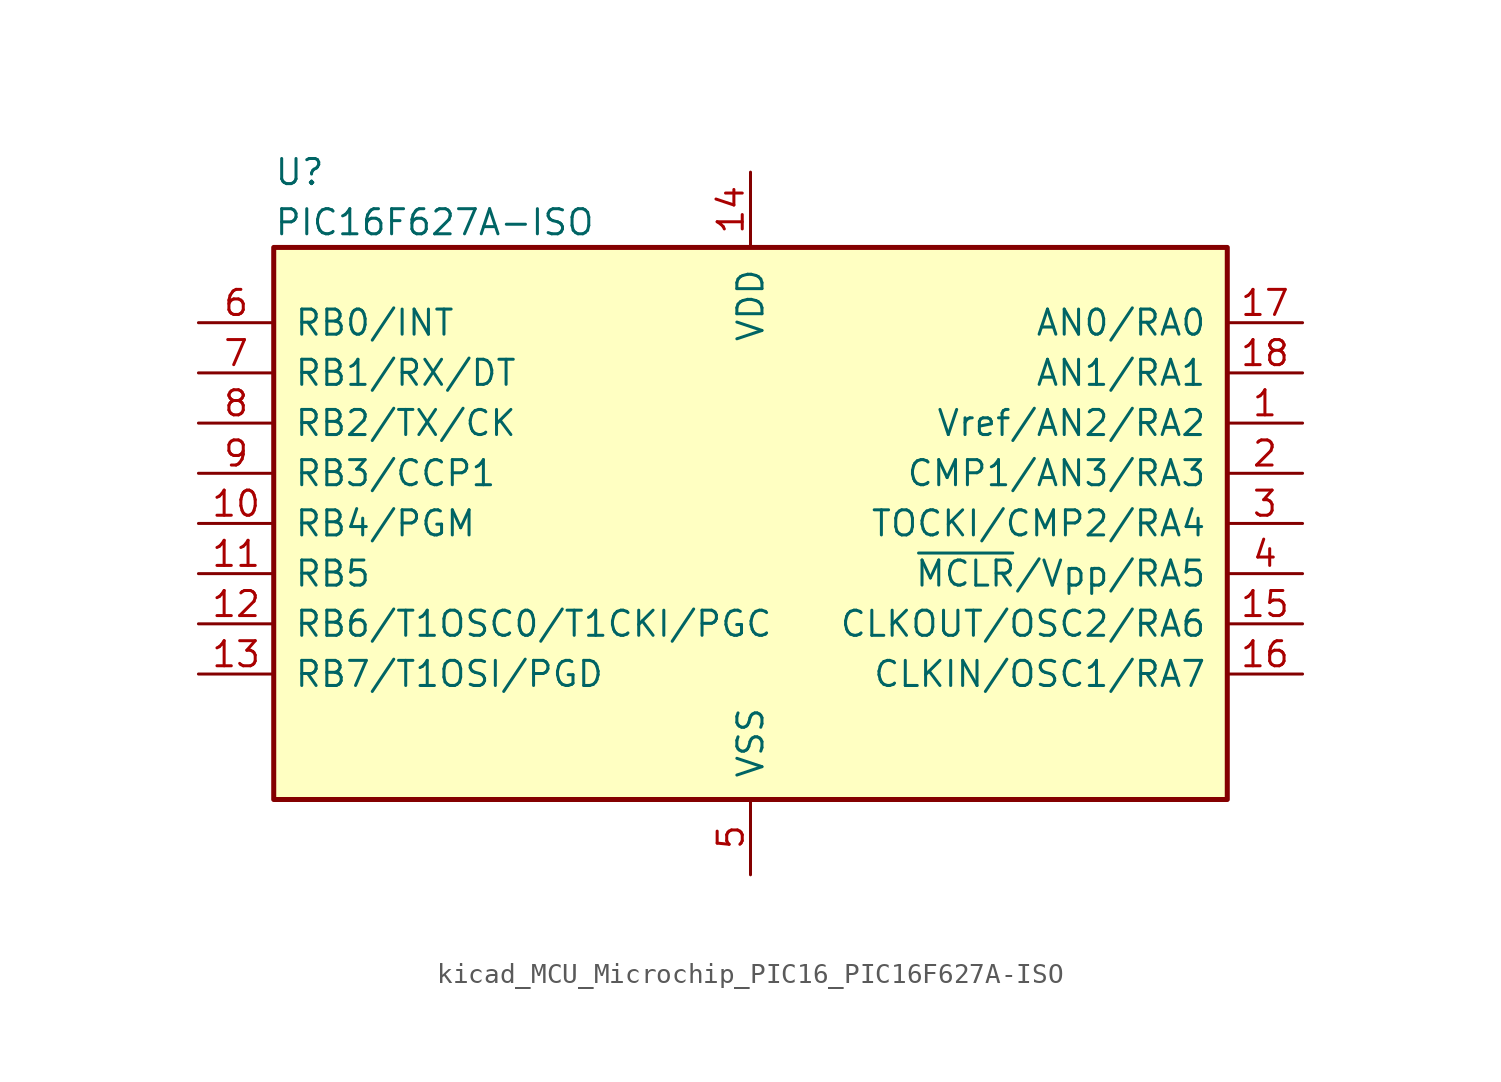
<source format=kicad_sym>
(kicad_symbol_lib
  (version 20220914)
  (generator kicad_symbol_editor)
  (symbol "kicad_MCU_Microchip_PIC16_PIC16F627A-ISO"
    (pin_names
      (offset 1.016))
    (property "Reference" "U"
      (at -24.13 17.78 0)
      (effects (font (size 1.27 1.27)) (justify left)))
    (property "Value" "PIC16F627A-ISO"
      (at -24.13 15.24 0)
      (effects (font (size 1.27 1.27)) (justify left)))
    (symbol "kicad_MCU_Microchip_PIC16_PIC16F627A-ISO_0_1"
      (rectangle (start 24.13 13.97) (end -24.13 -13.97) (stroke (width 0.254) (type default)) (fill (type background))))
    (symbol "kicad_MCU_Microchip_PIC16_PIC16F627A-ISO_1_1"
      (pin bidirectional line (at 27.94 5.08 180) (length 3.81) (name "Vref/AN2/RA2" (effects (font (size 1.27 1.27)))) (number "1" (effects (font (size 1.27 1.27)))))
      (pin bidirectional line (at -27.94 0 0) (length 3.81) (name "RB4/PGM" (effects (font (size 1.27 1.27)))) (number "10" (effects (font (size 1.27 1.27)))))
      (pin bidirectional line (at -27.94 -2.54 0) (length 3.81) (name "RB5" (effects (font (size 1.27 1.27)))) (number "11" (effects (font (size 1.27 1.27)))))
      (pin bidirectional line (at -27.94 -5.08 0) (length 3.81) (name "RB6/T1OSC0/T1CKI/PGC" (effects (font (size 1.27 1.27)))) (number "12" (effects (font (size 1.27 1.27)))))
      (pin bidirectional line (at -27.94 -7.62 0) (length 3.81) (name "RB7/T1OSI/PGD" (effects (font (size 1.27 1.27)))) (number "13" (effects (font (size 1.27 1.27)))))
      (pin power_in line (at 0 17.78 270) (length 3.81) (name "VDD" (effects (font (size 1.27 1.27)))) (number "14" (effects (font (size 1.27 1.27)))))
      (pin bidirectional line (at 27.94 -5.08 180) (length 3.81) (name "CLKOUT/OSC2/RA6" (effects (font (size 1.27 1.27)))) (number "15" (effects (font (size 1.27 1.27)))))
      (pin bidirectional line (at 27.94 -7.62 180) (length 3.81) (name "CLKIN/OSC1/RA7" (effects (font (size 1.27 1.27)))) (number "16" (effects (font (size 1.27 1.27)))))
      (pin bidirectional line (at 27.94 10.16 180) (length 3.81) (name "AN0/RA0" (effects (font (size 1.27 1.27)))) (number "17" (effects (font (size 1.27 1.27)))))
      (pin bidirectional line (at 27.94 7.62 180) (length 3.81) (name "AN1/RA1" (effects (font (size 1.27 1.27)))) (number "18" (effects (font (size 1.27 1.27)))))
      (pin bidirectional line (at 27.94 2.54 180) (length 3.81) (name "CMP1/AN3/RA3" (effects (font (size 1.27 1.27)))) (number "2" (effects (font (size 1.27 1.27)))))
      (pin bidirectional line (at 27.94 0 180) (length 3.81) (name "TOCKI/CMP2/RA4" (effects (font (size 1.27 1.27)))) (number "3" (effects (font (size 1.27 1.27)))))
      (pin input line (at 27.94 -2.54 180) (length 3.81) (name "~{MCLR}/Vpp/RA5" (effects (font (size 1.27 1.27)))) (number "4" (effects (font (size 1.27 1.27)))))
      (pin power_in line (at 0 -17.78 90) (length 3.81) (name "VSS" (effects (font (size 1.27 1.27)))) (number "5" (effects (font (size 1.27 1.27)))))
      (pin bidirectional line (at -27.94 10.16 0) (length 3.81) (name "RB0/INT" (effects (font (size 1.27 1.27)))) (number "6" (effects (font (size 1.27 1.27)))))
      (pin bidirectional line (at -27.94 7.62 0) (length 3.81) (name "RB1/RX/DT" (effects (font (size 1.27 1.27)))) (number "7" (effects (font (size 1.27 1.27)))))
      (pin bidirectional line (at -27.94 5.08 0) (length 3.81) (name "RB2/TX/CK" (effects (font (size 1.27 1.27)))) (number "8" (effects (font (size 1.27 1.27)))))
      (pin bidirectional line (at -27.94 2.54 0) (length 3.81) (name "RB3/CCP1" (effects (font (size 1.27 1.27)))) (number "9" (effects (font (size 1.27 1.27))))))))
</source>
